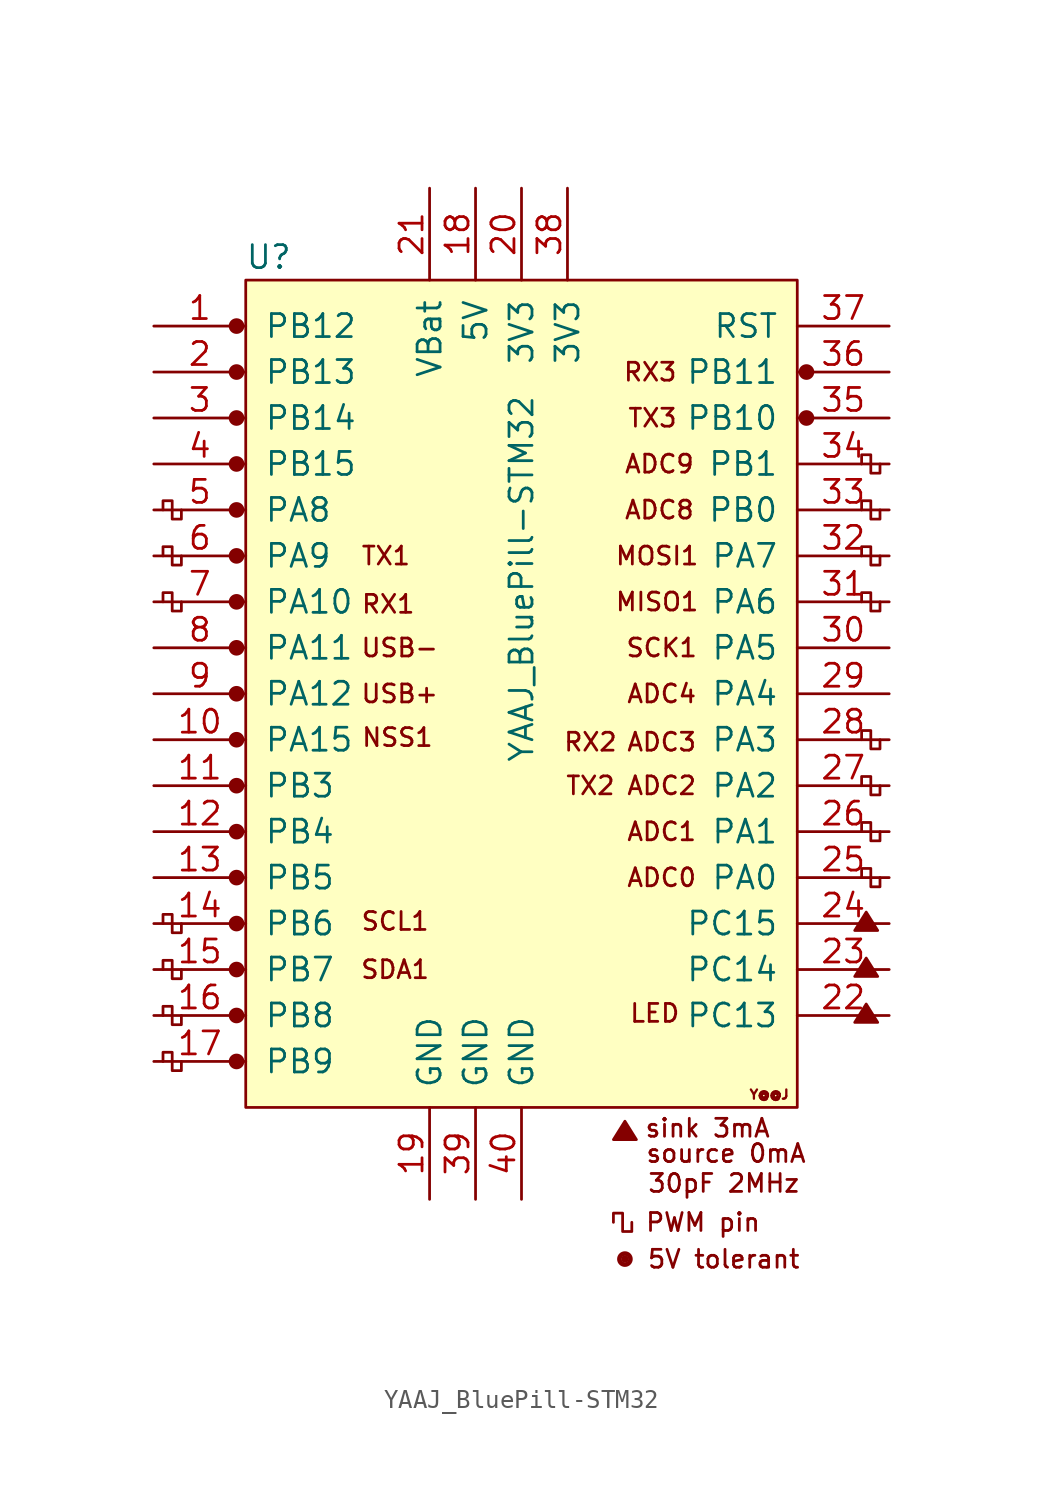
<source format=kicad_sym>
(kicad_symbol_lib
  (version 20220914)
  (generator kicad_symbol_editor)
  (symbol "YAAJ_BluePill-STM32"
    (pin_names
      (offset 1.016))
    (property "Reference" "U"
      (at -13.97 24.13 0)
      (effects (font (size 1.27 1.27))))
    (property "Value" "YAAJ_BluePill-STM32"
      (at 0 6.35 90)
      (effects (font (size 1.27 1.27))))
    (symbol "YAAJ_BluePill-STM32_0_0"
      (circle (center -15.748 -20.32) (radius 0.356) (stroke (width 0) (type solid)) (fill (type outline)))
      (circle (center -15.748 -17.78) (radius 0.356) (stroke (width 0) (type solid)) (fill (type outline)))
      (circle (center -15.748 -15.24) (radius 0.356) (stroke (width 0) (type solid)) (fill (type outline)))
      (circle (center -15.748 -12.7) (radius 0.356) (stroke (width 0) (type solid)) (fill (type outline)))
      (circle (center -15.748 -10.16) (radius 0.356) (stroke (width 0) (type solid)) (fill (type outline)))
      (circle (center -15.748 -7.62) (radius 0.356) (stroke (width 0) (type solid)) (fill (type outline)))
      (circle (center -15.748 -5.08) (radius 0.356) (stroke (width 0) (type solid)) (fill (type outline)))
      (circle (center -15.748 -2.54) (radius 0.356) (stroke (width 0) (type solid)) (fill (type outline)))
      (circle (center -15.748 0) (radius 0.356) (stroke (width 0) (type solid)) (fill (type outline)))
      (circle (center -15.748 2.54) (radius 0.356) (stroke (width 0) (type solid)) (fill (type outline)))
      (circle (center -15.748 5.08) (radius 0.356) (stroke (width 0) (type solid)) (fill (type outline)))
      (circle (center -15.748 7.62) (radius 0.356) (stroke (width 0) (type solid)) (fill (type outline)))
      (circle (center -15.748 10.16) (radius 0.356) (stroke (width 0) (type solid)) (fill (type outline)))
      (circle (center -15.748 12.7) (radius 0.356) (stroke (width 0) (type solid)) (fill (type outline)))
      (circle (center -15.748 15.24) (radius 0.356) (stroke (width 0) (type solid)) (fill (type outline)))
      (circle (center -15.748 20.32) (radius 0.356) (stroke (width 0) (type solid)) (fill (type outline)))
      (polyline (pts (xy 5.08 -24.638) (xy 5.715 -23.622) (xy 6.35 -24.638) (xy 5.08 -24.638) (xy 5.715 -23.749) (xy 6.223 -24.638) (xy 5.207 -24.511) (xy 5.715 -23.876) (xy 6.096 -24.638) (xy 5.334 -24.384) (xy 5.842 -24.003) (xy 5.969 -24.638) (xy 5.461 -24.257) (xy 5.969 -24.13) (xy 5.842 -24.511) (xy 5.588 -24.257) (xy 5.842 -24.384) (xy 5.715 -24.13)) (stroke (width 0) (type solid)) (fill (type none)))
      (polyline (pts (xy 18.415 -18.161) (xy 19.05 -17.145) (xy 19.685 -18.161) (xy 18.415 -18.161) (xy 19.05 -17.272) (xy 19.558 -18.161) (xy 18.542 -18.034) (xy 19.05 -17.399) (xy 19.431 -18.161) (xy 18.669 -17.907) (xy 19.177 -17.526) (xy 19.304 -18.161) (xy 18.796 -17.78) (xy 19.304 -17.653) (xy 19.177 -18.034) (xy 18.923 -17.78) (xy 19.177 -17.907) (xy 19.05 -17.653)) (stroke (width 0) (type solid)) (fill (type none)))
      (polyline (pts (xy 18.415 -15.621) (xy 19.05 -14.605) (xy 19.685 -15.621) (xy 18.415 -15.621) (xy 19.05 -14.732) (xy 19.558 -15.621) (xy 18.542 -15.494) (xy 19.05 -14.859) (xy 19.431 -15.621) (xy 18.669 -15.367) (xy 19.177 -14.986) (xy 19.304 -15.621) (xy 18.796 -15.24) (xy 19.304 -15.113) (xy 19.177 -15.494) (xy 18.923 -15.24) (xy 19.177 -15.367) (xy 19.05 -15.113)) (stroke (width 0) (type solid)) (fill (type none)))
      (polyline (pts (xy 18.415 -13.081) (xy 19.05 -12.065) (xy 19.685 -13.081) (xy 18.415 -13.081) (xy 19.05 -12.192) (xy 19.558 -13.081) (xy 18.542 -12.954) (xy 19.05 -12.319) (xy 19.431 -13.081) (xy 18.669 -12.827) (xy 19.177 -12.446) (xy 19.304 -13.081) (xy 18.796 -12.7) (xy 19.304 -12.573) (xy 19.177 -12.954) (xy 18.923 -12.7) (xy 19.177 -12.827) (xy 19.05 -12.573)) (stroke (width 0) (type solid)) (fill (type none)))
      (circle (center 5.715 -31.242) (radius 0.127) (stroke (width 0) (type solid)) (fill (type outline)))
      (circle (center 5.715 -31.242) (radius 0.254) (stroke (width 0) (type solid)) (fill (type none)))
      (circle (center 5.715 -31.242) (radius 0.356) (stroke (width 0) (type solid)) (fill (type none)))
      (circle (center 15.748 15.24) (radius 0.254) (stroke (width 0) (type solid)) (fill (type outline)))
      (circle (center 15.748 15.24) (radius 0.356) (stroke (width 0) (type solid)) (fill (type none)))
      (circle (center 15.748 17.78) (radius 0.254) (stroke (width 0) (type solid)) (fill (type outline)))
      (circle (center 15.748 17.78) (radius 0.356) (stroke (width 0) (type solid)) (fill (type none)))
      (text "30pF 2MHz" (at 11.176 -27.051 0) (effects (font (size 0.991 0.991))))
      (text "5V tolerant" (at 11.176 -31.242 0) (effects (font (size 0.991 0.991))))
      (text "ADC0" (at 7.747 -10.16 0) (effects (font (size 0.991 0.991))))
      (text "ADC1" (at 7.747 -7.62 0) (effects (font (size 0.991 0.991))))
      (text "ADC2" (at 7.747 -5.08 0) (effects (font (size 0.991 0.991))))
      (text "ADC3" (at 7.747 -2.667 0) (effects (font (size 0.991 0.991))))
      (text "ADC4" (at 7.747 0 0) (effects (font (size 0.991 0.991))))
      (text "ADC8" (at 7.62 10.16 0) (effects (font (size 0.991 0.991))))
      (text "ADC9" (at 7.62 12.7 0) (effects (font (size 0.991 0.991))))
      (text "LED" (at 7.366 -17.653 0) (effects (font (size 0.991 0.991))))
      (text "MISO1" (at 7.493 5.08 0) (effects (font (size 0.991 0.991))))
      (text "MOSI1" (at 7.493 7.62 0) (effects (font (size 0.991 0.991))))
      (text "NSS1" (at -6.858 -2.413 0) (effects (font (size 0.991 0.991))))
      (text "PWM pin" (at 10.033 -29.21 0) (effects (font (size 0.991 0.991))))
      (text "RX1" (at -7.366 4.953 0) (effects (font (size 0.991 0.991))))
      (text "RX2" (at 3.81 -2.667 0) (effects (font (size 0.991 0.991))))
      (text "RX3" (at 7.112 17.78 0) (effects (font (size 0.991 0.991))))
      (text "SCK1" (at 7.747 2.54 0) (effects (font (size 0.991 0.991))))
      (text "SCL1" (at -6.985 -12.573 0) (effects (font (size 0.991 0.991))))
      (text "SDA1" (at -6.985 -15.24 0) (effects (font (size 0.991 0.991))))
      (text "sink 3mA" (at 10.287 -24.003 0) (effects (font (size 0.991 0.991))))
      (text "source 0mA" (at 11.303 -25.4 0) (effects (font (size 0.991 0.991))))
      (text "TX1" (at -7.493 7.62 0) (effects (font (size 0.991 0.991))))
      (text "TX2" (at 3.81 -5.08 0) (effects (font (size 0.991 0.991))))
      (text "TX3" (at 7.239 15.24 0) (effects (font (size 0.991 0.991))))
      (text "USB+" (at -6.731 0 0) (effects (font (size 0.991 0.991))))
      (text "USB-" (at -6.731 2.54 0) (effects (font (size 0.991 0.991))))
      (text "Y@@J" (at 13.691 -22.149 0) (effects (font (size 0.508 0.508)))))
    (symbol "YAAJ_BluePill-STM32_0_1"
      (rectangle (start -15.24 22.86) (end 15.24 -22.86) (stroke (width 0) (type solid)) (fill (type background)))
      (polyline (pts (xy -18.796 -20.32) (xy -18.796 -20.828) (xy -19.304 -20.828) (xy -19.304 -19.812) (xy -19.812 -19.812) (xy -19.812 -20.32)) (stroke (width 0) (type solid)) (fill (type none)))
      (polyline (pts (xy -18.796 -17.78) (xy -18.796 -18.288) (xy -19.304 -18.288) (xy -19.304 -17.272) (xy -19.812 -17.272) (xy -19.812 -17.78)) (stroke (width 0) (type solid)) (fill (type none)))
      (polyline (pts (xy -18.796 -15.24) (xy -18.796 -15.748) (xy -19.304 -15.748) (xy -19.304 -14.732) (xy -19.812 -14.732) (xy -19.812 -15.24)) (stroke (width 0) (type solid)) (fill (type none)))
      (polyline (pts (xy -18.796 -12.7) (xy -18.796 -13.208) (xy -19.304 -13.208) (xy -19.304 -12.192) (xy -19.812 -12.192) (xy -19.812 -12.7)) (stroke (width 0) (type solid)) (fill (type none)))
      (polyline (pts (xy -18.796 5.08) (xy -18.796 4.572) (xy -19.304 4.572) (xy -19.304 5.588) (xy -19.812 5.588) (xy -19.812 5.08)) (stroke (width 0) (type solid)) (fill (type none)))
      (polyline (pts (xy -18.796 7.62) (xy -18.796 7.112) (xy -19.304 7.112) (xy -19.304 8.128) (xy -19.812 8.128) (xy -19.812 7.62)) (stroke (width 0) (type solid)) (fill (type none)))
      (polyline (pts (xy -18.796 10.16) (xy -18.796 9.652) (xy -19.304 9.652) (xy -19.304 10.668) (xy -19.812 10.668) (xy -19.812 10.16)) (stroke (width 0) (type solid)) (fill (type none)))
      (polyline (pts (xy 6.096 -29.21) (xy 6.096 -29.718) (xy 5.588 -29.718) (xy 5.588 -28.702) (xy 5.08 -28.702) (xy 5.08 -29.21)) (stroke (width 0) (type solid)) (fill (type none)))
      (polyline (pts (xy 19.812 -10.16) (xy 19.812 -10.668) (xy 19.304 -10.668) (xy 19.304 -9.652) (xy 18.796 -9.652) (xy 18.796 -10.16)) (stroke (width 0) (type solid)) (fill (type none)))
      (polyline (pts (xy 19.812 -7.62) (xy 19.812 -8.128) (xy 19.304 -8.128) (xy 19.304 -7.112) (xy 18.796 -7.112) (xy 18.796 -7.62)) (stroke (width 0) (type solid)) (fill (type none)))
      (polyline (pts (xy 19.812 -5.08) (xy 19.812 -5.588) (xy 19.304 -5.588) (xy 19.304 -4.572) (xy 18.796 -4.572) (xy 18.796 -5.08)) (stroke (width 0) (type solid)) (fill (type none)))
      (polyline (pts (xy 19.812 -2.54) (xy 19.812 -3.048) (xy 19.304 -3.048) (xy 19.304 -2.032) (xy 18.796 -2.032) (xy 18.796 -2.54)) (stroke (width 0) (type solid)) (fill (type none)))
      (polyline (pts (xy 19.812 5.08) (xy 19.812 4.572) (xy 19.304 4.572) (xy 19.304 5.588) (xy 18.796 5.588) (xy 18.796 5.08)) (stroke (width 0) (type solid)) (fill (type none)))
      (polyline (pts (xy 19.812 7.62) (xy 19.812 7.112) (xy 19.304 7.112) (xy 19.304 8.128) (xy 18.796 8.128) (xy 18.796 7.62)) (stroke (width 0) (type solid)) (fill (type none)))
      (polyline (pts (xy 19.812 10.16) (xy 19.812 9.652) (xy 19.304 9.652) (xy 19.304 10.668) (xy 18.796 10.668) (xy 18.796 10.16)) (stroke (width 0) (type solid)) (fill (type none)))
      (polyline (pts (xy 19.812 12.7) (xy 19.812 12.192) (xy 19.304 12.192) (xy 19.304 13.208) (xy 18.796 13.208) (xy 18.796 12.7)) (stroke (width 0) (type solid)) (fill (type none))))
    (symbol "YAAJ_BluePill-STM32_1_1"
      (circle (center -15.748 17.78) (radius 0.356) (stroke (width 0) (type solid)) (fill (type outline)))
      (pin bidirectional line (at -20.32 20.32 0) (length 5.08) (name "PB12" (effects (font (size 1.27 1.27)))) (number "1" (effects (font (size 1.27 1.27)))))
      (pin bidirectional line (at -20.32 -2.54 0) (length 5.08) (name "PA15" (effects (font (size 1.27 1.27)))) (number "10" (effects (font (size 1.27 1.27)))))
      (pin bidirectional line (at -20.32 -5.08 0) (length 5.08) (name "PB3" (effects (font (size 1.27 1.27)))) (number "11" (effects (font (size 1.27 1.27)))))
      (pin bidirectional line (at -20.32 -7.62 0) (length 5.08) (name "PB4" (effects (font (size 1.27 1.27)))) (number "12" (effects (font (size 1.27 1.27)))))
      (pin bidirectional line (at -20.32 -10.16 0) (length 5.08) (name "PB5" (effects (font (size 1.27 1.27)))) (number "13" (effects (font (size 1.27 1.27)))))
      (pin bidirectional line (at -20.32 -12.7 0) (length 5.08) (name "PB6" (effects (font (size 1.27 1.27)))) (number "14" (effects (font (size 1.27 1.27)))))
      (pin bidirectional line (at -20.32 -15.24 0) (length 5.08) (name "PB7" (effects (font (size 1.27 1.27)))) (number "15" (effects (font (size 1.27 1.27)))))
      (pin bidirectional line (at -20.32 -17.78 0) (length 5.08) (name "PB8" (effects (font (size 1.27 1.27)))) (number "16" (effects (font (size 1.27 1.27)))))
      (pin bidirectional line (at -20.32 -20.32 0) (length 5.08) (name "PB9" (effects (font (size 1.27 1.27)))) (number "17" (effects (font (size 1.27 1.27)))))
      (pin power_in line (at -2.54 27.94 270) (length 5.08) (name "5V" (effects (font (size 1.27 1.27)))) (number "18" (effects (font (size 1.27 1.27)))))
      (pin power_in line (at -5.08 -27.94 90) (length 5.08) (name "GND" (effects (font (size 1.27 1.27)))) (number "19" (effects (font (size 1.27 1.27)))))
      (pin bidirectional line (at -20.32 17.78 0) (length 5.08) (name "PB13" (effects (font (size 1.27 1.27)))) (number "2" (effects (font (size 1.27 1.27)))))
      (pin power_in line (at 0 27.94 270) (length 5.08) (name "3V3" (effects (font (size 1.27 1.27)))) (number "20" (effects (font (size 1.27 1.27)))))
      (pin power_in line (at -5.08 27.94 270) (length 5.08) (name "VBat" (effects (font (size 1.27 1.27)))) (number "21" (effects (font (size 1.27 1.27)))))
      (pin bidirectional line (at 20.32 -17.78 180) (length 5.08) (name "PC13" (effects (font (size 1.27 1.27)))) (number "22" (effects (font (size 1.27 1.27)))))
      (pin bidirectional line (at 20.32 -15.24 180) (length 5.08) (name "PC14" (effects (font (size 1.27 1.27)))) (number "23" (effects (font (size 1.27 1.27)))))
      (pin bidirectional line (at 20.32 -12.7 180) (length 5.08) (name "PC15" (effects (font (size 1.27 1.27)))) (number "24" (effects (font (size 1.27 1.27)))))
      (pin bidirectional line (at 20.32 -10.16 180) (length 5.08) (name "PA0" (effects (font (size 1.27 1.27)))) (number "25" (effects (font (size 1.27 1.27)))))
      (pin bidirectional line (at 20.32 -7.62 180) (length 5.08) (name "PA1" (effects (font (size 1.27 1.27)))) (number "26" (effects (font (size 1.27 1.27)))))
      (pin bidirectional line (at 20.32 -5.08 180) (length 5.08) (name "PA2" (effects (font (size 1.27 1.27)))) (number "27" (effects (font (size 1.27 1.27)))))
      (pin bidirectional line (at 20.32 -2.54 180) (length 5.08) (name "PA3" (effects (font (size 1.27 1.27)))) (number "28" (effects (font (size 1.27 1.27)))))
      (pin bidirectional line (at 20.32 0 180) (length 5.08) (name "PA4" (effects (font (size 1.27 1.27)))) (number "29" (effects (font (size 1.27 1.27)))))
      (pin bidirectional line (at -20.32 15.24 0) (length 5.08) (name "PB14" (effects (font (size 1.27 1.27)))) (number "3" (effects (font (size 1.27 1.27)))))
      (pin bidirectional line (at 20.32 2.54 180) (length 5.08) (name "PA5" (effects (font (size 1.27 1.27)))) (number "30" (effects (font (size 1.27 1.27)))))
      (pin bidirectional line (at 20.32 5.08 180) (length 5.08) (name "PA6" (effects (font (size 1.27 1.27)))) (number "31" (effects (font (size 1.27 1.27)))))
      (pin bidirectional line (at 20.32 7.62 180) (length 5.08) (name "PA7" (effects (font (size 1.27 1.27)))) (number "32" (effects (font (size 1.27 1.27)))))
      (pin bidirectional line (at 20.32 10.16 180) (length 5.08) (name "PB0" (effects (font (size 1.27 1.27)))) (number "33" (effects (font (size 1.27 1.27)))))
      (pin bidirectional line (at 20.32 12.7 180) (length 5.08) (name "PB1" (effects (font (size 1.27 1.27)))) (number "34" (effects (font (size 1.27 1.27)))))
      (pin bidirectional line (at 20.32 15.24 180) (length 5.08) (name "PB10" (effects (font (size 1.27 1.27)))) (number "35" (effects (font (size 1.27 1.27)))))
      (pin bidirectional line (at 20.32 17.78 180) (length 5.08) (name "PB11" (effects (font (size 1.27 1.27)))) (number "36" (effects (font (size 1.27 1.27)))))
      (pin input line (at 20.32 20.32 180) (length 5.08) (name "RST" (effects (font (size 1.27 1.27)))) (number "37" (effects (font (size 1.27 1.27)))))
      (pin power_in line (at 2.54 27.94 270) (length 5.08) (name "3V3" (effects (font (size 1.27 1.27)))) (number "38" (effects (font (size 1.27 1.27)))))
      (pin power_in line (at -2.54 -27.94 90) (length 5.08) (name "GND" (effects (font (size 1.27 1.27)))) (number "39" (effects (font (size 1.27 1.27)))))
      (pin bidirectional line (at -20.32 12.7 0) (length 5.08) (name "PB15" (effects (font (size 1.27 1.27)))) (number "4" (effects (font (size 1.27 1.27)))))
      (pin power_in line (at 0 -27.94 90) (length 5.08) (name "GND" (effects (font (size 1.27 1.27)))) (number "40" (effects (font (size 1.27 1.27)))))
      (pin bidirectional line (at -20.32 10.16 0) (length 5.08) (name "PA8" (effects (font (size 1.27 1.27)))) (number "5" (effects (font (size 1.27 1.27)))))
      (pin bidirectional line (at -20.32 7.62 0) (length 5.08) (name "PA9" (effects (font (size 1.27 1.27)))) (number "6" (effects (font (size 1.27 1.27)))))
      (pin bidirectional line (at -20.32 5.08 0) (length 5.08) (name "PA10" (effects (font (size 1.27 1.27)))) (number "7" (effects (font (size 1.27 1.27)))))
      (pin bidirectional line (at -20.32 2.54 0) (length 5.08) (name "PA11" (effects (font (size 1.27 1.27)))) (number "8" (effects (font (size 1.27 1.27)))))
      (pin bidirectional line (at -20.32 0 0) (length 5.08) (name "PA12" (effects (font (size 1.27 1.27)))) (number "9" (effects (font (size 1.27 1.27))))))))
</source>
